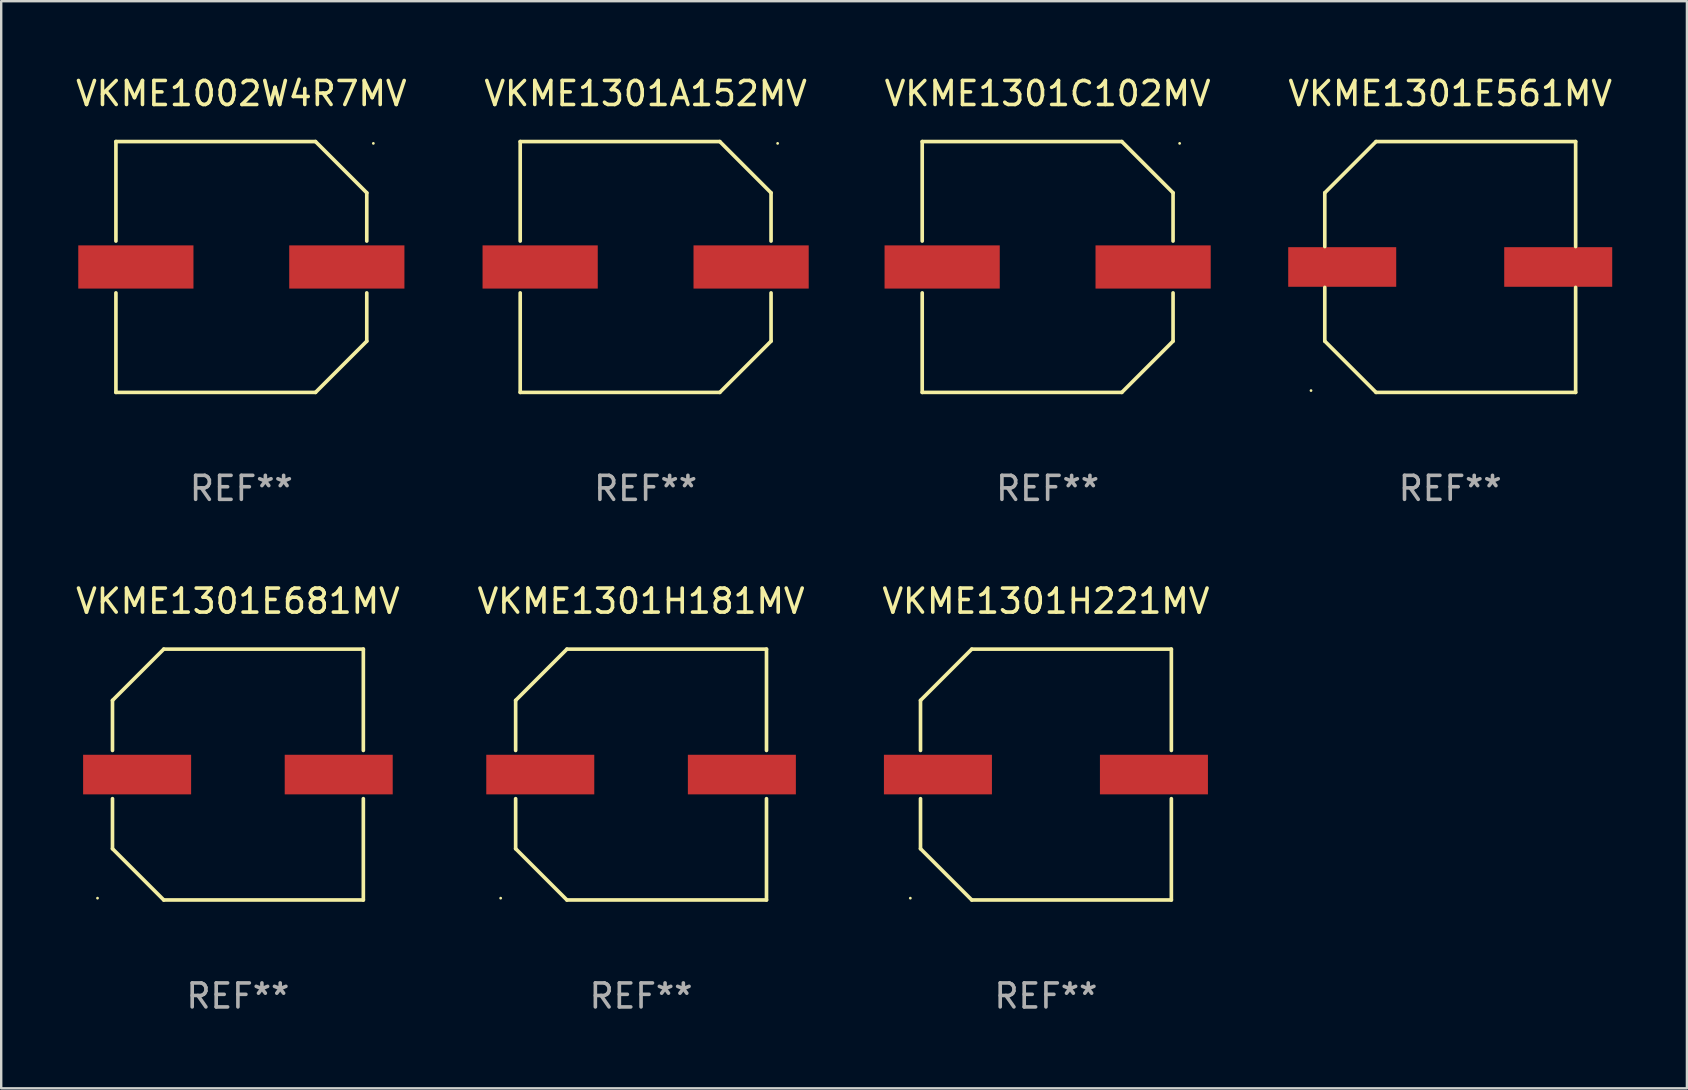
<source format=kicad_pcb>
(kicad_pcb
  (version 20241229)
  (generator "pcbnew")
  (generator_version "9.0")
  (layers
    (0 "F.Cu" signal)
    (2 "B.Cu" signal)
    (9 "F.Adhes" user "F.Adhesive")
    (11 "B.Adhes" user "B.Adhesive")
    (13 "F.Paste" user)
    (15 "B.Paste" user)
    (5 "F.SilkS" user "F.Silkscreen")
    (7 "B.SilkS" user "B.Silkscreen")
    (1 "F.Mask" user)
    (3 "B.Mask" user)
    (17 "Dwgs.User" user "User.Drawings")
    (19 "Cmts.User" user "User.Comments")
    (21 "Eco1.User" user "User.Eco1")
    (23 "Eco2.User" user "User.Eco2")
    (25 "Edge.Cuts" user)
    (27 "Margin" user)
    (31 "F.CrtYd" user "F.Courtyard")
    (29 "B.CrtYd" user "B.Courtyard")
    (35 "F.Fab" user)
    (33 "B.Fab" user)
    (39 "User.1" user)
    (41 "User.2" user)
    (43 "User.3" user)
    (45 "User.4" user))
  (footprint "VKME1301A152MV"
    (layer "F.Cu")
    (at 23.851 8.074)
    (property "Reference" "VKME1301A152MV" (at 0 -7.226 0) (layer "F.SilkS") (effects (font (size 1 1) (thickness 0.15))))
    (attr through_hole)
    (fp_line (start -5.226 -5.226) (end -5.226 -1.08) (stroke (width 0.152) (type solid)) (layer "F.SilkS"))
    (fp_line (start -5.226 -5.226) (end 3.09 -5.226) (stroke (width 0.152) (type solid)) (layer "F.SilkS"))
    (fp_line (start -5.226 1.08) (end -5.226 5.226) (stroke (width 0.152) (type solid)) (layer "F.SilkS"))
    (fp_line (start -5.226 5.226) (end 3.09 5.226) (stroke (width 0.152) (type solid)) (layer "F.SilkS"))
    (fp_line (start 3.09 -5.226) (end 5.226 -3.09) (stroke (width 0.152) (type solid)) (layer "F.SilkS"))
    (fp_line (start 3.09 5.226) (end 5.226 3.09) (stroke (width 0.152) (type solid)) (layer "F.SilkS"))
    (fp_line (start 5.226 -1.08) (end 5.226 -3.09) (stroke (width 0.152) (type solid)) (layer "F.SilkS"))
    (fp_line (start 5.226 3.09) (end 5.226 1.08) (stroke (width 0.152) (type solid)) (layer "F.SilkS"))
    (fp_circle (center 5.5 -5.15) (end 5.53 -5.15) (stroke (width 0.06) (type solid)) (fill no) (layer "F.SilkS"))
    (fp_text user "REF**" (at 0 9.226 0) (layer "F.Fab") (effects (font (size 1 1) (thickness 0.15))))
    (pad "1" smd rect (at 4.395 0 180) (size 4.8 1.8) (layers "F.Cu" "F.Mask" "F.Paste"))
    (pad "2" smd rect (at -4.395 0 180) (size 4.8 1.8) (layers "F.Cu" "F.Mask" "F.Paste")))
  (footprint "VKME1301H181MV"
    (layer "F.Cu")
    (at 23.661 29.223)
    (property "Reference" "VKME1301H181MV" (at 0 -7.226 0) (layer "F.SilkS") (effects (font (size 1 1) (thickness 0.15))))
    (attr through_hole)
    (fp_line (start -5.226 -3.09) (end -5.226 -1.005) (stroke (width 0.152) (type solid)) (layer "F.SilkS"))
    (fp_line (start -5.226 1.005) (end -5.226 3.09) (stroke (width 0.152) (type solid)) (layer "F.SilkS"))
    (fp_line (start -3.09 -5.226) (end -5.226 -3.09) (stroke (width 0.152) (type solid)) (layer "F.SilkS"))
    (fp_line (start -3.09 5.226) (end -5.226 3.09) (stroke (width 0.152) (type solid)) (layer "F.SilkS"))
    (fp_line (start 5.226 -5.226) (end -3.09 -5.226) (stroke (width 0.152) (type solid)) (layer "F.SilkS"))
    (fp_line (start 5.226 -5.226) (end 5.226 -1.005) (stroke (width 0.152) (type solid)) (layer "F.SilkS"))
    (fp_line (start 5.226 1.005) (end 5.226 5.226) (stroke (width 0.152) (type solid)) (layer "F.SilkS"))
    (fp_line (start 5.226 5.226) (end -3.09 5.226) (stroke (width 0.152) (type solid)) (layer "F.SilkS"))
    (fp_circle (center -5.85 5.15) (end -5.82 5.15) (stroke (width 0.06) (type solid)) (fill no) (layer "F.SilkS"))
    (fp_text user "REF**" (at 0 9.226 0) (layer "F.Fab") (effects (font (size 1 1) (thickness 0.15))))
    (pad "1" smd rect (at -4.2 0.000292) (size 4.5 1.65) (layers "F.Cu" "F.Mask" "F.Paste"))
    (pad "2" smd rect (at 4.2 0.000292) (size 4.5 1.65) (layers "F.Cu" "F.Mask" "F.Paste")))
  (footprint "VKME1002W4R7MV"
    (layer "F.Cu")
    (at 7.006 8.074)
    (property "Reference" "VKME1002W4R7MV" (at 0 -7.226 0) (layer "F.SilkS") (effects (font (size 1 1) (thickness 0.15))))
    (attr through_hole)
    (fp_line (start -5.226 -5.226) (end -5.226 -1.08) (stroke (width 0.152) (type solid)) (layer "F.SilkS"))
    (fp_line (start -5.226 -5.226) (end 3.09 -5.226) (stroke (width 0.152) (type solid)) (layer "F.SilkS"))
    (fp_line (start -5.226 1.08) (end -5.226 5.226) (stroke (width 0.152) (type solid)) (layer "F.SilkS"))
    (fp_line (start -5.226 5.226) (end 3.09 5.226) (stroke (width 0.152) (type solid)) (layer "F.SilkS"))
    (fp_line (start 3.09 -5.226) (end 5.226 -3.09) (stroke (width 0.152) (type solid)) (layer "F.SilkS"))
    (fp_line (start 3.09 5.226) (end 5.226 3.09) (stroke (width 0.152) (type solid)) (layer "F.SilkS"))
    (fp_line (start 5.226 -1.08) (end 5.226 -3.09) (stroke (width 0.152) (type solid)) (layer "F.SilkS"))
    (fp_line (start 5.226 3.09) (end 5.226 1.08) (stroke (width 0.152) (type solid)) (layer "F.SilkS"))
    (fp_circle (center 5.5 -5.15) (end 5.53 -5.15) (stroke (width 0.06) (type solid)) (fill no) (layer "F.SilkS"))
    (fp_text user "REF**" (at 0 9.226 0) (layer "F.Fab") (effects (font (size 1 1) (thickness 0.15))))
    (pad "1" smd rect (at 4.395 0 180) (size 4.8 1.8) (layers "F.Cu" "F.Mask" "F.Paste"))
    (pad "2" smd rect (at -4.395 0 180) (size 4.8 1.8) (layers "F.Cu" "F.Mask" "F.Paste")))
  (footprint "VKME1301C102MV"
    (layer "F.Cu")
    (at 40.601 8.074)
    (property "Reference" "VKME1301C102MV" (at 0 -7.226 0) (layer "F.SilkS") (effects (font (size 1 1) (thickness 0.15))))
    (attr through_hole)
    (fp_line (start -5.226 -5.226) (end -5.226 -1.08) (stroke (width 0.152) (type solid)) (layer "F.SilkS"))
    (fp_line (start -5.226 -5.226) (end 3.09 -5.226) (stroke (width 0.152) (type solid)) (layer "F.SilkS"))
    (fp_line (start -5.226 1.08) (end -5.226 5.226) (stroke (width 0.152) (type solid)) (layer "F.SilkS"))
    (fp_line (start -5.226 5.226) (end 3.09 5.226) (stroke (width 0.152) (type solid)) (layer "F.SilkS"))
    (fp_line (start 3.09 -5.226) (end 5.226 -3.09) (stroke (width 0.152) (type solid)) (layer "F.SilkS"))
    (fp_line (start 3.09 5.226) (end 5.226 3.09) (stroke (width 0.152) (type solid)) (layer "F.SilkS"))
    (fp_line (start 5.226 -1.08) (end 5.226 -3.09) (stroke (width 0.152) (type solid)) (layer "F.SilkS"))
    (fp_line (start 5.226 3.09) (end 5.226 1.08) (stroke (width 0.152) (type solid)) (layer "F.SilkS"))
    (fp_circle (center 5.5 -5.15) (end 5.53 -5.15) (stroke (width 0.06) (type solid)) (fill no) (layer "F.SilkS"))
    (fp_text user "REF**" (at 0 9.226 0) (layer "F.Fab") (effects (font (size 1 1) (thickness 0.15))))
    (pad "1" smd rect (at 4.395 0 180) (size 4.8 1.8) (layers "F.Cu" "F.Mask" "F.Paste"))
    (pad "2" smd rect (at -4.395 0 180) (size 4.8 1.8) (layers "F.Cu" "F.Mask" "F.Paste")))
  (footprint "VKME1301E681MV"
    (layer "F.Cu")
    (at 6.863 29.223)
    (property "Reference" "VKME1301E681MV" (at 0 -7.226 0) (layer "F.SilkS") (effects (font (size 1 1) (thickness 0.15))))
    (attr through_hole)
    (fp_line (start -5.226 -3.09) (end -5.226 -1.005) (stroke (width 0.152) (type solid)) (layer "F.SilkS"))
    (fp_line (start -5.226 1.005) (end -5.226 3.09) (stroke (width 0.152) (type solid)) (layer "F.SilkS"))
    (fp_line (start -3.09 -5.226) (end -5.226 -3.09) (stroke (width 0.152) (type solid)) (layer "F.SilkS"))
    (fp_line (start -3.09 5.226) (end -5.226 3.09) (stroke (width 0.152) (type solid)) (layer "F.SilkS"))
    (fp_line (start 5.226 -5.226) (end -3.09 -5.226) (stroke (width 0.152) (type solid)) (layer "F.SilkS"))
    (fp_line (start 5.226 -5.226) (end 5.226 -1.005) (stroke (width 0.152) (type solid)) (layer "F.SilkS"))
    (fp_line (start 5.226 1.005) (end 5.226 5.226) (stroke (width 0.152) (type solid)) (layer "F.SilkS"))
    (fp_line (start 5.226 5.226) (end -3.09 5.226) (stroke (width 0.152) (type solid)) (layer "F.SilkS"))
    (fp_circle (center -5.85 5.15) (end -5.82 5.15) (stroke (width 0.06) (type solid)) (fill no) (layer "F.SilkS"))
    (fp_text user "REF**" (at 0 9.226 0) (layer "F.Fab") (effects (font (size 1 1) (thickness 0.15))))
    (pad "1" smd rect (at -4.2 0.000292) (size 4.5 1.65) (layers "F.Cu" "F.Mask" "F.Paste"))
    (pad "2" smd rect (at 4.2 0.000292) (size 4.5 1.65) (layers "F.Cu" "F.Mask" "F.Paste")))
  (footprint "VKME1301E561MV"
    (layer "F.Cu")
    (at 57.375 8.074)
    (property "Reference" "VKME1301E561MV" (at 0 -7.226 0) (layer "F.SilkS") (effects (font (size 1 1) (thickness 0.15))))
    (attr through_hole)
    (fp_line (start -5.226 -3.09) (end -5.226 -0.852) (stroke (width 0.152) (type solid)) (layer "F.SilkS"))
    (fp_line (start -5.226 3.09) (end -5.226 0.852) (stroke (width 0.152) (type solid)) (layer "F.SilkS"))
    (fp_line (start -3.09 -5.226) (end -5.226 -3.09) (stroke (width 0.152) (type solid)) (layer "F.SilkS"))
    (fp_line (start -3.09 5.226) (end -5.226 3.09) (stroke (width 0.152) (type solid)) (layer "F.SilkS"))
    (fp_line (start 5.226 -5.226) (end -3.09 -5.226) (stroke (width 0.152) (type solid)) (layer "F.SilkS"))
    (fp_line (start 5.226 -0.852) (end 5.226 -5.226) (stroke (width 0.152) (type solid)) (layer "F.SilkS"))
    (fp_line (start 5.226 0.852) (end 5.226 5.226) (stroke (width 0.152) (type solid)) (layer "F.SilkS"))
    (fp_line (start 5.226 5.226) (end -3.09 5.226) (stroke (width 0.152) (type solid)) (layer "F.SilkS"))
    (fp_circle (center -5.8 5.15) (end -5.77 5.15) (stroke (width 0.06) (type solid)) (fill no) (layer "F.SilkS"))
    (fp_text user "REF**" (at 0 9.226 0) (layer "F.Fab") (effects (font (size 1 1) (thickness 0.15))))
    (pad "1" smd rect (at -4.5 0) (size 4.5 1.65) (layers "F.Cu" "F.Mask" "F.Paste"))
    (pad "2" smd rect (at 4.5 0) (size 4.5 1.65) (layers "F.Cu" "F.Mask" "F.Paste")))
  (footprint "VKME1301H221MV"
    (layer "F.Cu")
    (at 40.53 29.223)
    (property "Reference" "VKME1301H221MV" (at 0 -7.226 0) (layer "F.SilkS") (effects (font (size 1 1) (thickness 0.15))))
    (attr through_hole)
    (fp_line (start -5.226 -3.09) (end -5.226 -1.005) (stroke (width 0.152) (type solid)) (layer "F.SilkS"))
    (fp_line (start -5.226 1.005) (end -5.226 3.09) (stroke (width 0.152) (type solid)) (layer "F.SilkS"))
    (fp_line (start -3.09 -5.226) (end -5.226 -3.09) (stroke (width 0.152) (type solid)) (layer "F.SilkS"))
    (fp_line (start -3.09 5.226) (end -5.226 3.09) (stroke (width 0.152) (type solid)) (layer "F.SilkS"))
    (fp_line (start 5.226 -5.226) (end -3.09 -5.226) (stroke (width 0.152) (type solid)) (layer "F.SilkS"))
    (fp_line (start 5.226 -1.005) (end 5.226 -5.226) (stroke (width 0.152) (type solid)) (layer "F.SilkS"))
    (fp_line (start 5.226 5.226) (end -3.09 5.226) (stroke (width 0.152) (type solid)) (layer "F.SilkS"))
    (fp_line (start 5.226 5.226) (end 5.226 1.005) (stroke (width 0.152) (type solid)) (layer "F.SilkS"))
    (fp_circle (center -5.65 5.15) (end -5.62 5.15) (stroke (width 0.06) (type solid)) (fill no) (layer "F.SilkS"))
    (fp_text user "REF**" (at 0 9.226 0) (layer "F.Fab") (effects (font (size 1 1) (thickness 0.15))))
    (pad "1" smd rect (at -4.5 0) (size 4.5 1.65) (layers "F.Cu" "F.Mask" "F.Paste"))
    (pad "2" smd rect (at 4.5 0) (size 4.5 1.65) (layers "F.Cu" "F.Mask" "F.Paste")))
  (gr_rect
    (start -3 -3)
    (end 67.238 42.298)
    (stroke (width 0.1) (type default))
    (fill no)
    (layer "Edge.Cuts")))
</source>
